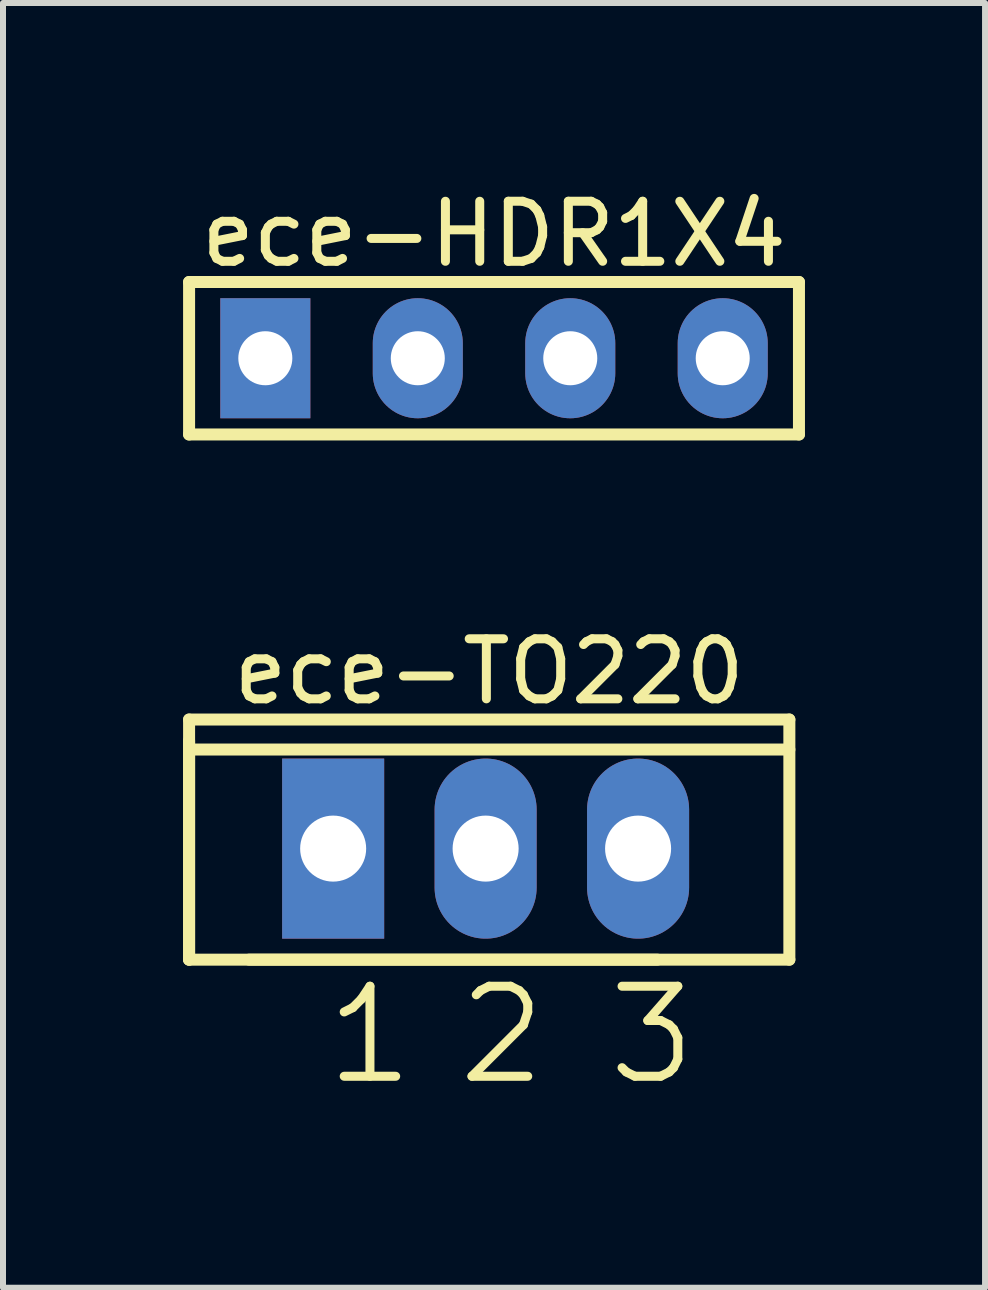
<source format=kicad_pcb>
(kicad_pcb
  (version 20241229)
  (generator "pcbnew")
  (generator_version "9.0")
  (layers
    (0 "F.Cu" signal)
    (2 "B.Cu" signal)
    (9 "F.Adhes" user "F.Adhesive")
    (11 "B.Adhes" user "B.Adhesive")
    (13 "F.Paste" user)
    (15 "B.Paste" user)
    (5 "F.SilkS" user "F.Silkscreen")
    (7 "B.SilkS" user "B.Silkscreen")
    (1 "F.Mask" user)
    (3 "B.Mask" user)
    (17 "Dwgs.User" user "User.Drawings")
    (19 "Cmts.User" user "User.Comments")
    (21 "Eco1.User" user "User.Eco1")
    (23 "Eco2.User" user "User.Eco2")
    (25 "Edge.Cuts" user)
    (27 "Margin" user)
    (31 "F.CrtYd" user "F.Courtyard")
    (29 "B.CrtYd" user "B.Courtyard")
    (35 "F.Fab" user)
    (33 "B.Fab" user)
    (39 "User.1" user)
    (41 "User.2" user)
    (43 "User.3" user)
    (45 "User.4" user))
  (footprint "ece-TO220"
    (layer "F.Cu")
    (at 1.1 12.937)
    (property "Reference" "ece-TO220" (at 4 -4.8 0) (layer "F.SilkS") (effects (font (size 1 1) (thickness 0.15))))
    (fp_line (start -1 -4) (end 9 -4) (stroke (width 0.2) (type solid)) (layer "F.SilkS"))
    (fp_line (start -1 0) (end -1 -4) (stroke (width 0.2) (type solid)) (layer "F.SilkS"))
    (fp_line (start -1 0) (end -1 -3.65) (stroke (width 0.2) (type solid)) (layer "F.SilkS"))
    (fp_line (start -1 0) (end 6.8 0) (stroke (width 0.2) (type solid)) (layer "F.SilkS"))
    (fp_line (start -0.95 -3.5) (end 9 -3.5) (stroke (width 0.2) (type solid)) (layer "F.SilkS"))
    (fp_line (start 0 0) (end 9 0) (stroke (width 0.2) (type solid)) (layer "F.SilkS"))
    (fp_line (start 9 0) (end 9 -4) (stroke (width 0.2) (type solid)) (layer "F.SilkS"))
    (fp_text user "1" (at 1.2 2.134 0) (unlocked yes) (layer "F.SilkS") (effects (font (size 1.5 1.5) (thickness 0.15)) (justify left bottom)))
    (fp_text user "3" (at 5.9 2.134 0) (unlocked yes) (layer "F.SilkS") (effects (font (size 1.5 1.5) (thickness 0.15)) (justify left bottom)))
    (fp_text user "2" (at 3.4 2.134 0) (unlocked yes) (layer "F.SilkS") (effects (font (size 1.5 1.5) (thickness 0.15)) (justify left bottom)))
    (pad "1" thru_hole rect (at 1.4 -1.85) (size 1.7 3) (drill 1.1) (layers "*.Cu" "*.Mask"))
    (pad "2" thru_hole oval (at 3.94 -1.85) (size 1.7 3) (drill 1.1) (layers "*.Cu" "*.Mask"))
    (pad "3" thru_hole oval (at 6.48 -1.85) (size 1.7 3) (drill 1.1) (layers "*.Cu" "*.Mask")))
  (footprint "ece-HDR1X4"
    (layer "F.Cu")
    (at 1.37 2.918)
    (property "Reference" "ece-HDR1X4" (at 3.81 -2.07 0) (layer "F.SilkS") (effects (font (size 1 1) (thickness 0.15))))
    (fp_line (start -1.27 -1.27) (end 8.89 -1.27) (stroke (width 0.2) (type solid)) (layer "F.SilkS"))
    (fp_line (start -1.27 1.27) (end -1.27 -1.27) (stroke (width 0.2) (type solid)) (layer "F.SilkS"))
    (fp_line (start -1.27 1.27) (end 8.89 1.27) (stroke (width 0.2) (type solid)) (layer "F.SilkS"))
    (fp_line (start 8.89 1.27) (end 8.89 -1.27) (stroke (width 0.2) (type solid)) (layer "F.SilkS"))
    (pad "1" thru_hole rect (at 0 0) (size 1.5 2) (drill 0.9) (layers "*.Cu" "*.Mask"))
    (pad "2" thru_hole oval (at 2.54 0) (size 1.5 2) (drill 0.9) (layers "*.Cu" "*.Mask"))
    (pad "3" thru_hole oval (at 5.08 0) (size 1.5 2) (drill 0.9) (layers "*.Cu" "*.Mask"))
    (pad "4" thru_hole oval (at 7.62 0) (size 1.5 2) (drill 0.9) (layers "*.Cu" "*.Mask")))
  (gr_rect
    (start -3 -3)
    (end 13.36 18.402)
    (stroke (width 0.1) (type default))
    (fill no)
    (layer "Edge.Cuts")))
</source>
